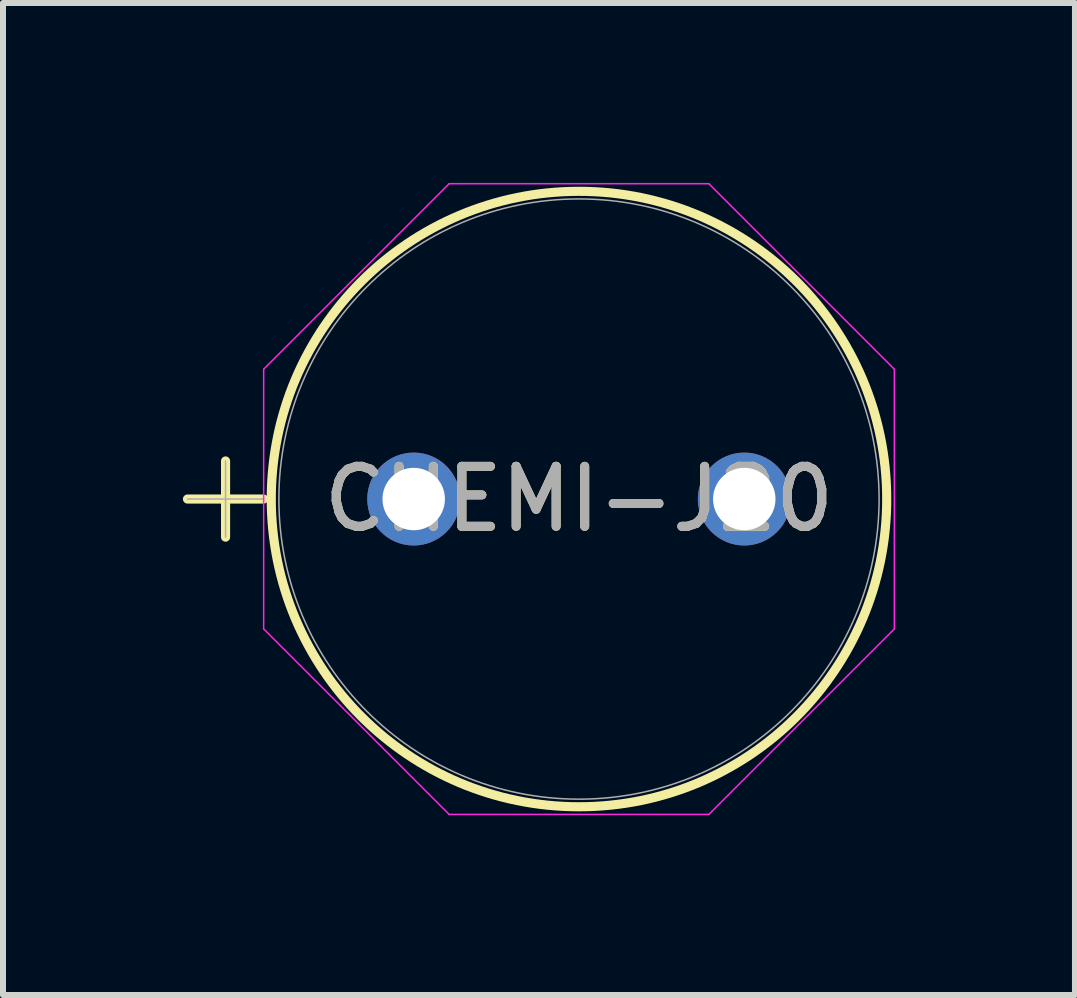
<source format=kicad_pcb>
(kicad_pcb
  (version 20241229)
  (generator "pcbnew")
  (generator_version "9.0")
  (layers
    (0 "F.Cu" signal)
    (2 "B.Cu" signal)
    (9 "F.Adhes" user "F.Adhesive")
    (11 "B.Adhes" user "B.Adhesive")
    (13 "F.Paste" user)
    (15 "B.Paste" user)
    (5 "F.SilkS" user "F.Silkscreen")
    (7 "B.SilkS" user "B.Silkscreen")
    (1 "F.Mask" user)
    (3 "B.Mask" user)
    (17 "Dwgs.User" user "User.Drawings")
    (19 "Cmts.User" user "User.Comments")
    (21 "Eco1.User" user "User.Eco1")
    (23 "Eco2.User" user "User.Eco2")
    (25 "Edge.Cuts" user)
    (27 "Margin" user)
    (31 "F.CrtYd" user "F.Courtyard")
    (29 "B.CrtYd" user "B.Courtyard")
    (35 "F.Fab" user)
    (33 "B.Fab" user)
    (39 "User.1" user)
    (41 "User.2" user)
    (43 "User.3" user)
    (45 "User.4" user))
  (footprint "CHEMI-J20"
    (layer "F.Cu")
    (at 3.848 5.271)
    (property "Reference" "CHEMI-J20" (at 2.756 0 0) (unlocked yes) (layer "F.SilkS") (effects (font (size 1 1) (thickness 0.15))))
    (attr through_hole)
    (fp_line (start -3.772 0) (end -2.502 0) (stroke (width 0.152) (type solid)) (layer "F.SilkS"))
    (fp_line (start -3.137 -0.635) (end -3.137 0.635) (stroke (width 0.152) (type solid)) (layer "F.SilkS"))
    (fp_circle (center 2.756 0) (end 7.887 0) (stroke (width 0.152) (type solid)) (fill no) (layer "F.SilkS"))
    (fp_line (start -2.502 -2.165) (end 0.591 -5.258) (stroke (width 0.025) (type solid)) (layer "F.CrtYd"))
    (fp_line (start -2.502 2.165) (end -2.502 -2.165) (stroke (width 0.025) (type solid)) (layer "F.CrtYd"))
    (fp_line (start 0.591 -5.258) (end 4.921 -5.258) (stroke (width 0.025) (type solid)) (layer "F.CrtYd"))
    (fp_line (start 0.591 5.258) (end -2.502 2.165) (stroke (width 0.025) (type solid)) (layer "F.CrtYd"))
    (fp_line (start 4.921 -5.258) (end 8.014 -2.165) (stroke (width 0.025) (type solid)) (layer "F.CrtYd"))
    (fp_line (start 4.921 5.258) (end 0.591 5.258) (stroke (width 0.025) (type solid)) (layer "F.CrtYd"))
    (fp_line (start 8.014 -2.165) (end 8.014 2.165) (stroke (width 0.025) (type solid)) (layer "F.CrtYd"))
    (fp_line (start 8.014 2.165) (end 4.921 5.258) (stroke (width 0.025) (type solid)) (layer "F.CrtYd"))
    (fp_line (start -3.772 0) (end -2.502 0) (stroke (width 0.025) (type solid)) (layer "F.Fab"))
    (fp_line (start -3.137 -0.635) (end -3.137 0.635) (stroke (width 0.025) (type solid)) (layer "F.Fab"))
    (fp_circle (center 2.756 0) (end 7.76 0) (stroke (width 0.025) (type solid)) (fill no) (layer "F.Fab"))
    (fp_text user "${REFERENCE}" (at 2.756 0 0) (unlocked yes) (layer "F.Fab") (effects (font (size 1 1) (thickness 0.15))))
    (pad "1" thru_hole circle (at 0 0) (size 1.549 1.549) (drill 1.041) (layers "*.Cu" "*.Mask"))
    (pad "2" thru_hole circle (at 5.512 0) (size 1.549 1.549) (drill 1.041) (layers "*.Cu" "*.Mask")))
  (gr_rect
    (start -3 -3)
    (end 14.874 13.541)
    (stroke (width 0.1) (type default))
    (fill no)
    (layer "Edge.Cuts")))
</source>
